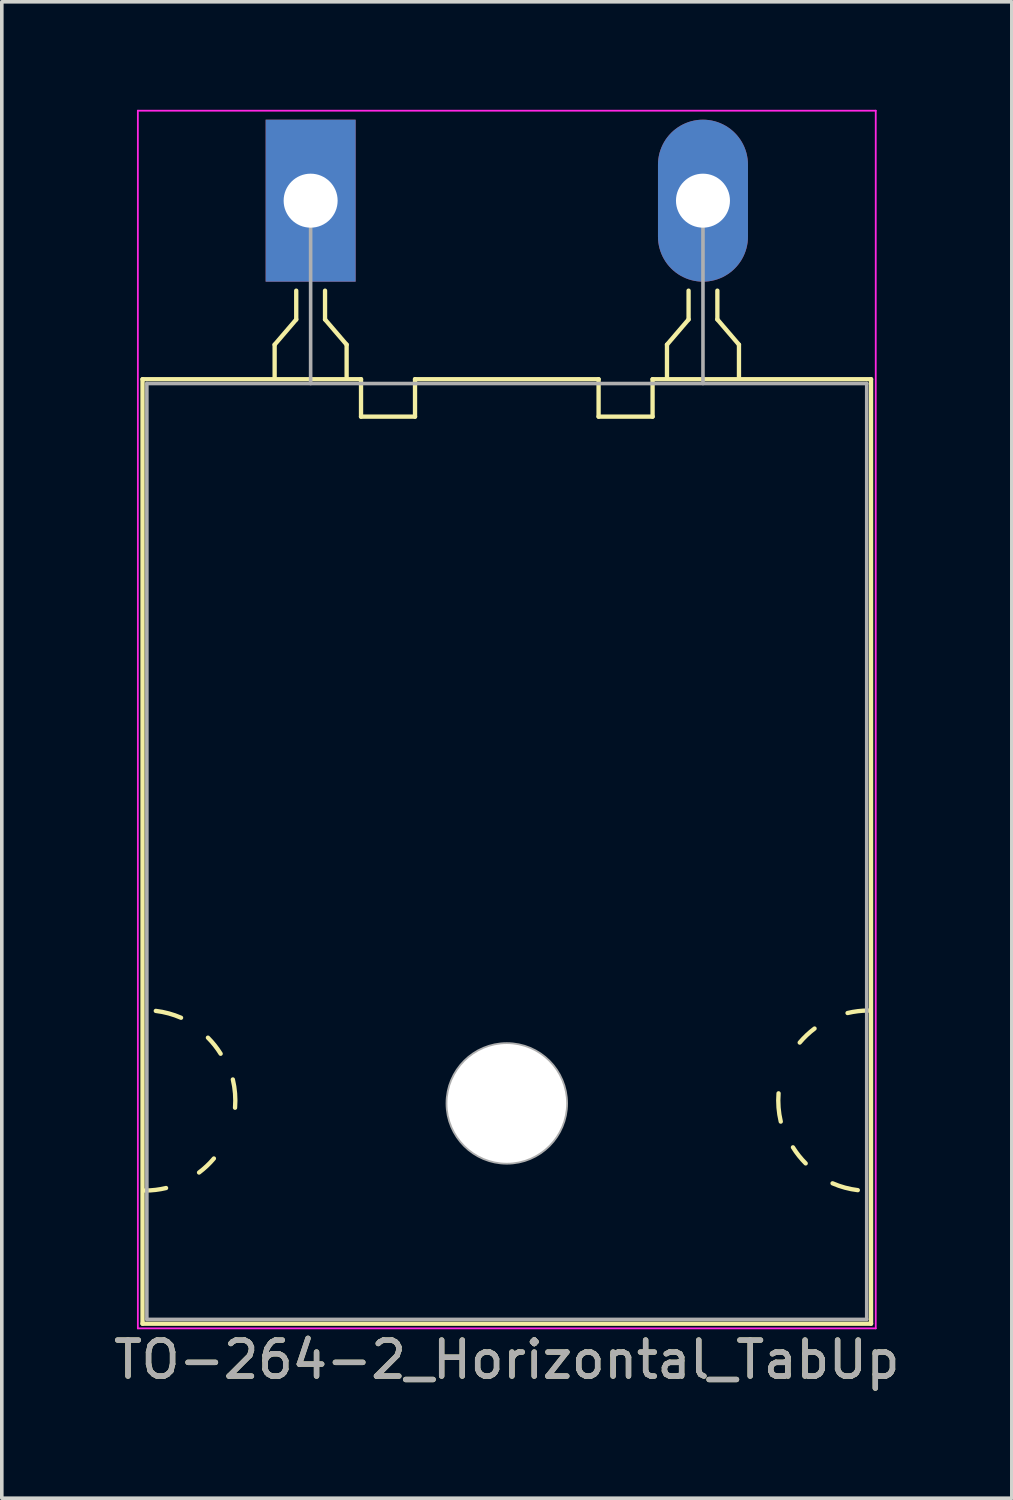
<source format=kicad_pcb>
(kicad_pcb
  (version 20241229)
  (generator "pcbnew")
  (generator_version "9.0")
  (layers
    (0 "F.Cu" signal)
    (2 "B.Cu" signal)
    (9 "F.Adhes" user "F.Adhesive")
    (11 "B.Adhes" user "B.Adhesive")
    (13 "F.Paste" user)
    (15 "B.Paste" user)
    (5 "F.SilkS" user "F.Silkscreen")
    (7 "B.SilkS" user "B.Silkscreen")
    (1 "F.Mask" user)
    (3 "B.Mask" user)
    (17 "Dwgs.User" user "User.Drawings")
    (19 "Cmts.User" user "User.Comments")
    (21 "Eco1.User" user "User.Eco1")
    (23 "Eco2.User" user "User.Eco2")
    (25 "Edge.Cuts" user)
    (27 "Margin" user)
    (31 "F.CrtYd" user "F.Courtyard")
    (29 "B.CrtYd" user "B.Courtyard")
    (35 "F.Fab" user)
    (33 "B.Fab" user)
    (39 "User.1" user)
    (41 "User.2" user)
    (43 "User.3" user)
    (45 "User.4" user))
  (footprint "TO-264-2_Horizontal_TabUp"
    (layer "F.Cu")
    (at 5.58 2.525)
    (property "Reference" "TO-264-2_Horizontal_TabUp" (at 5.45 32.2 0) (layer "F.SilkS") (effects (font (size 1 1) (thickness 0.15))))
    (attr through_hole)
    (fp_line (start -4.67 31.2) (end -4.67 4.96) (stroke (width 0.12) (type solid)) (layer "F.SilkS"))
    (fp_line (start -1 4) (end -1 4.9) (stroke (width 0.12) (type solid)) (layer "F.SilkS"))
    (fp_line (start -0.4 2.5) (end -0.4 3.3) (stroke (width 0.12) (type solid)) (layer "F.SilkS"))
    (fp_line (start -0.4 3.3) (end -1 4) (stroke (width 0.12) (type solid)) (layer "F.SilkS"))
    (fp_line (start 0.4 3.3) (end 0.4 2.5) (stroke (width 0.12) (type solid)) (layer "F.SilkS"))
    (fp_line (start 1 4) (end 0.4 3.3) (stroke (width 0.12) (type solid)) (layer "F.SilkS"))
    (fp_line (start 1 4.9) (end 1 4) (stroke (width 0.12) (type solid)) (layer "F.SilkS"))
    (fp_line (start 1.4 4.96) (end -4.67 4.96) (stroke (width 0.12) (type solid)) (layer "F.SilkS"))
    (fp_line (start 1.4 4.96) (end 1.4 6) (stroke (width 0.12) (type solid)) (layer "F.SilkS"))
    (fp_line (start 1.4 6) (end 2.9 6) (stroke (width 0.12) (type solid)) (layer "F.SilkS"))
    (fp_line (start 2.9 6) (end 2.9 4.96) (stroke (width 0.12) (type solid)) (layer "F.SilkS"))
    (fp_line (start 8 4.96) (end 2.9 4.96) (stroke (width 0.12) (type solid)) (layer "F.SilkS"))
    (fp_line (start 8 6) (end 8 4.96) (stroke (width 0.12) (type solid)) (layer "F.SilkS"))
    (fp_line (start 9.5 4.96) (end 9.5 6) (stroke (width 0.12) (type solid)) (layer "F.SilkS"))
    (fp_line (start 9.5 6) (end 8 6) (stroke (width 0.12) (type solid)) (layer "F.SilkS"))
    (fp_line (start 9.9 4) (end 9.9 4.9) (stroke (width 0.12) (type solid)) (layer "F.SilkS"))
    (fp_line (start 10.5 2.5) (end 10.5 3.3) (stroke (width 0.12) (type solid)) (layer "F.SilkS"))
    (fp_line (start 10.5 3.3) (end 9.9 4) (stroke (width 0.12) (type solid)) (layer "F.SilkS"))
    (fp_line (start 11.3 3.3) (end 11.3 2.5) (stroke (width 0.12) (type solid)) (layer "F.SilkS"))
    (fp_line (start 11.9 4) (end 11.3 3.3) (stroke (width 0.12) (type solid)) (layer "F.SilkS"))
    (fp_line (start 11.9 4.9) (end 11.9 4) (stroke (width 0.12) (type solid)) (layer "F.SilkS"))
    (fp_line (start 15.57 4.96) (end 9.5 4.96) (stroke (width 0.12) (type solid)) (layer "F.SilkS"))
    (fp_line (start 15.57 31.2) (end -4.67 31.2) (stroke (width 0.12) (type solid)) (layer "F.SilkS"))
    (fp_line (start 15.57 31.2) (end 15.57 4.96) (stroke (width 0.12) (type solid)) (layer "F.SilkS"))
    (fp_arc (start -4.301186 22.509879) (mid -3.943673 22.579416) (end -3.600001 22.700001) (stroke (width 0.12) (type solid)) (layer "F.SilkS"))
    (fp_arc (start -4.016568 27.430968) (mid -4.306249 27.482682) (end -4.6 27.5) (stroke (width 0.12) (type solid)) (layer "F.SilkS"))
    (fp_arc (start -2.853576 23.253576) (mid -2.663879 23.466564) (end -2.500001 23.700001) (stroke (width 0.12) (type solid)) (layer "F.SilkS"))
    (fp_arc (start -2.687722 26.610338) (mid -2.882773 26.8169) (end -3.1 26.999999) (stroke (width 0.12) (type solid)) (layer "F.SilkS"))
    (fp_arc (start -2.161266 24.414703) (mid -2.099611 24.804931) (end -2.100001 25.199999) (stroke (width 0.12) (type solid)) (layer "F.SilkS"))
    (fp_arc (start 13.061266 25.585297) (mid 12.999611 25.195069) (end 13.000001 24.800001) (stroke (width 0.12) (type solid)) (layer "F.SilkS"))
    (fp_arc (start 13.587722 23.389662) (mid 13.782773 23.1831) (end 14 23.000001) (stroke (width 0.12) (type solid)) (layer "F.SilkS"))
    (fp_arc (start 13.753576 26.746424) (mid 13.563879 26.533436) (end 13.400001 26.299999) (stroke (width 0.12) (type solid)) (layer "F.SilkS"))
    (fp_arc (start 14.916568 22.569032) (mid 15.206249 22.517318) (end 15.5 22.5) (stroke (width 0.12) (type solid)) (layer "F.SilkS"))
    (fp_arc (start 15.201186 27.490121) (mid 14.843673 27.420584) (end 14.500001 27.299999) (stroke (width 0.12) (type solid)) (layer "F.SilkS"))
    (fp_line (start -4.8 -2.5) (end -4.8 31.33) (stroke (width 0.05) (type solid)) (layer "F.CrtYd"))
    (fp_line (start -4.8 31.33) (end 15.7 31.33) (stroke (width 0.05) (type solid)) (layer "F.CrtYd"))
    (fp_line (start 15.7 -2.5) (end -4.8 -2.5) (stroke (width 0.05) (type solid)) (layer "F.CrtYd"))
    (fp_line (start 15.7 31.33) (end 15.7 -2.5) (stroke (width 0.05) (type solid)) (layer "F.CrtYd"))
    (fp_line (start -4.55 5.08) (end -4.55 31.08) (stroke (width 0.1) (type solid)) (layer "F.Fab"))
    (fp_line (start -4.55 31.08) (end 15.45 31.08) (stroke (width 0.1) (type solid)) (layer "F.Fab"))
    (fp_line (start 0 5.08) (end 0 0) (stroke (width 0.1) (type solid)) (layer "F.Fab"))
    (fp_line (start 10.9 5.08) (end 10.9 0) (stroke (width 0.1) (type solid)) (layer "F.Fab"))
    (fp_line (start 15.45 5.08) (end -4.55 5.08) (stroke (width 0.1) (type solid)) (layer "F.Fab"))
    (fp_line (start 15.45 31.08) (end 15.45 5.08) (stroke (width 0.1) (type solid)) (layer "F.Fab"))
    (fp_circle (center 5.45 25.08) (end 7.1 25.08) (stroke (width 0.1) (type solid)) (fill no) (layer "F.Fab"))
    (fp_text user "${REFERENCE}" (at 5.45 32.2 0) (layer "F.Fab") (effects (font (size 1 1) (thickness 0.15))))
    (pad "" np_thru_hole oval (at 5.45 25.08) (size 3.3 3.3) (drill 3.3) (layers "*.Cu" "*.Mask"))
    (pad "1" thru_hole rect (at 0 0) (size 2.5 4.5) (drill 1.5) (layers "*.Cu" "*.Mask"))
    (pad "2" thru_hole oval (at 10.9 0) (size 2.5 4.5) (drill 1.5) (layers "*.Cu" "*.Mask")))
  (gr_rect
    (start -3 -3)
    (end 25.06 38.573)
    (stroke (width 0.1) (type default))
    (fill no)
    (layer "Edge.Cuts")))
</source>
